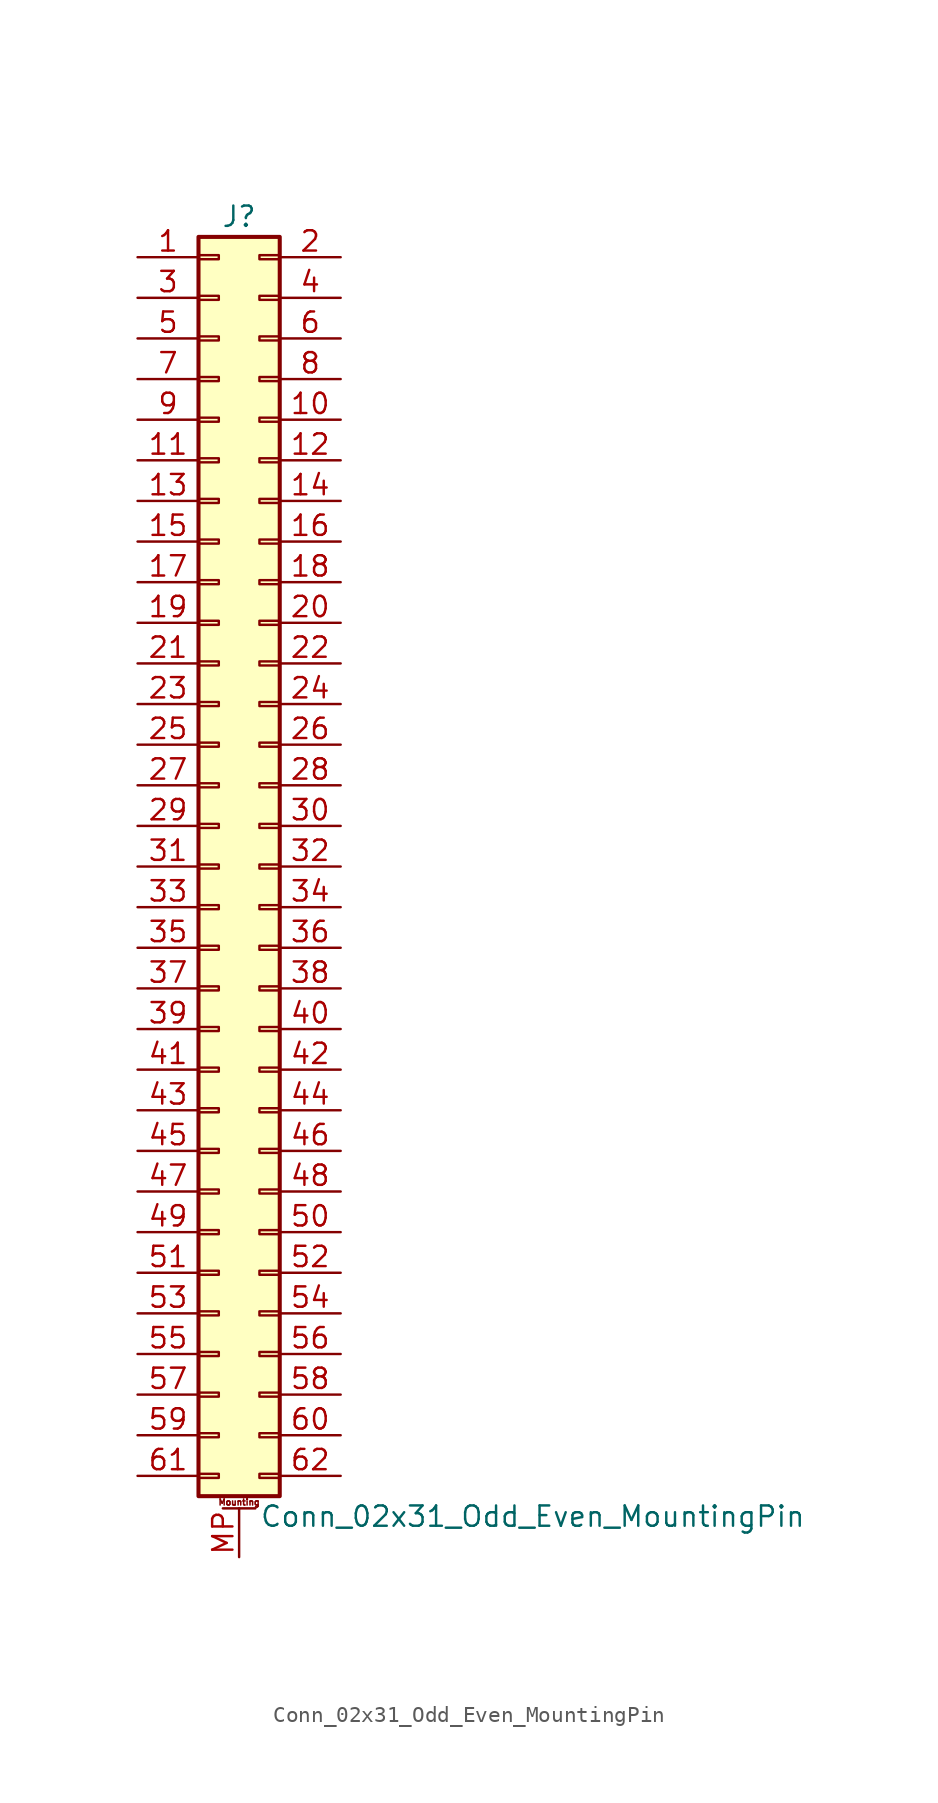
<source format=kicad_sym>
(kicad_symbol_lib
  (version 20201005)
  (generator kicad_symbol_editor)
  (symbol "Conn_02x31_Odd_Even_MountingPin"
    (pin_names
      (offset 1.016) hide)
    (property "Reference" "J"
      (at 1.27 40.64 0)
      (effects (font (size 1.27 1.27))))
    (property "Value" "Conn_02x31_Odd_Even_MountingPin"
      (at 2.54 -40.64 0)
      (effects (font (size 1.27 1.27)) (justify left)))
    (symbol "Conn_02x31_Odd_Even_MountingPin_1_1"
      (text "Mounting" (at 1.27 -39.751 0) (effects (font (size 0.381 0.381))))
      (rectangle (start -1.27 -37.973) (end 0 -38.227) (stroke (width 0.152)) (fill (type none)))
      (rectangle (start -1.27 -35.433) (end 0 -35.687) (stroke (width 0.152)) (fill (type none)))
      (rectangle (start -1.27 -32.893) (end 0 -33.147) (stroke (width 0.152)) (fill (type none)))
      (rectangle (start -1.27 -30.353) (end 0 -30.607) (stroke (width 0.152)) (fill (type none)))
      (rectangle (start -1.27 -27.813) (end 0 -28.067) (stroke (width 0.152)) (fill (type none)))
      (rectangle (start -1.27 -25.273) (end 0 -25.527) (stroke (width 0.152)) (fill (type none)))
      (rectangle (start -1.27 -22.733) (end 0 -22.987) (stroke (width 0.152)) (fill (type none)))
      (rectangle (start -1.27 -20.193) (end 0 -20.447) (stroke (width 0.152)) (fill (type none)))
      (rectangle (start -1.27 -17.653) (end 0 -17.907) (stroke (width 0.152)) (fill (type none)))
      (rectangle (start -1.27 -15.113) (end 0 -15.367) (stroke (width 0.152)) (fill (type none)))
      (rectangle (start -1.27 -12.573) (end 0 -12.827) (stroke (width 0.152)) (fill (type none)))
      (rectangle (start -1.27 -10.033) (end 0 -10.287) (stroke (width 0.152)) (fill (type none)))
      (rectangle (start -1.27 -7.493) (end 0 -7.747) (stroke (width 0.152)) (fill (type none)))
      (rectangle (start -1.27 -4.953) (end 0 -5.207) (stroke (width 0.152)) (fill (type none)))
      (rectangle (start -1.27 -2.413) (end 0 -2.667) (stroke (width 0.152)) (fill (type none)))
      (rectangle (start -1.27 0.127) (end 0 -0.127) (stroke (width 0.152)) (fill (type none)))
      (rectangle (start -1.27 2.667) (end 0 2.413) (stroke (width 0.152)) (fill (type none)))
      (rectangle (start -1.27 5.207) (end 0 4.953) (stroke (width 0.152)) (fill (type none)))
      (rectangle (start -1.27 7.747) (end 0 7.493) (stroke (width 0.152)) (fill (type none)))
      (rectangle (start -1.27 10.287) (end 0 10.033) (stroke (width 0.152)) (fill (type none)))
      (rectangle (start -1.27 12.827) (end 0 12.573) (stroke (width 0.152)) (fill (type none)))
      (rectangle (start -1.27 15.367) (end 0 15.113) (stroke (width 0.152)) (fill (type none)))
      (rectangle (start -1.27 17.907) (end 0 17.653) (stroke (width 0.152)) (fill (type none)))
      (rectangle (start -1.27 20.447) (end 0 20.193) (stroke (width 0.152)) (fill (type none)))
      (rectangle (start -1.27 22.987) (end 0 22.733) (stroke (width 0.152)) (fill (type none)))
      (rectangle (start -1.27 25.527) (end 0 25.273) (stroke (width 0.152)) (fill (type none)))
      (rectangle (start -1.27 28.067) (end 0 27.813) (stroke (width 0.152)) (fill (type none)))
      (rectangle (start -1.27 30.607) (end 0 30.353) (stroke (width 0.152)) (fill (type none)))
      (rectangle (start -1.27 33.147) (end 0 32.893) (stroke (width 0.152)) (fill (type none)))
      (rectangle (start -1.27 35.687) (end 0 35.433) (stroke (width 0.152)) (fill (type none)))
      (rectangle (start -1.27 38.227) (end 0 37.973) (stroke (width 0.152)) (fill (type none)))
      (rectangle (start -1.27 39.37) (end 3.81 -39.37) (stroke (width 0.254)) (fill (type background)))
      (rectangle (start 3.81 -37.973) (end 2.54 -38.227) (stroke (width 0.152)) (fill (type none)))
      (rectangle (start 3.81 -35.433) (end 2.54 -35.687) (stroke (width 0.152)) (fill (type none)))
      (rectangle (start 3.81 -32.893) (end 2.54 -33.147) (stroke (width 0.152)) (fill (type none)))
      (rectangle (start 3.81 -30.353) (end 2.54 -30.607) (stroke (width 0.152)) (fill (type none)))
      (rectangle (start 3.81 -27.813) (end 2.54 -28.067) (stroke (width 0.152)) (fill (type none)))
      (rectangle (start 3.81 -25.273) (end 2.54 -25.527) (stroke (width 0.152)) (fill (type none)))
      (rectangle (start 3.81 -22.733) (end 2.54 -22.987) (stroke (width 0.152)) (fill (type none)))
      (rectangle (start 3.81 -20.193) (end 2.54 -20.447) (stroke (width 0.152)) (fill (type none)))
      (rectangle (start 3.81 -17.653) (end 2.54 -17.907) (stroke (width 0.152)) (fill (type none)))
      (rectangle (start 3.81 -15.113) (end 2.54 -15.367) (stroke (width 0.152)) (fill (type none)))
      (rectangle (start 3.81 -12.573) (end 2.54 -12.827) (stroke (width 0.152)) (fill (type none)))
      (rectangle (start 3.81 -10.033) (end 2.54 -10.287) (stroke (width 0.152)) (fill (type none)))
      (rectangle (start 3.81 -7.493) (end 2.54 -7.747) (stroke (width 0.152)) (fill (type none)))
      (rectangle (start 3.81 -4.953) (end 2.54 -5.207) (stroke (width 0.152)) (fill (type none)))
      (rectangle (start 3.81 -2.413) (end 2.54 -2.667) (stroke (width 0.152)) (fill (type none)))
      (rectangle (start 3.81 0.127) (end 2.54 -0.127) (stroke (width 0.152)) (fill (type none)))
      (rectangle (start 3.81 2.667) (end 2.54 2.413) (stroke (width 0.152)) (fill (type none)))
      (rectangle (start 3.81 5.207) (end 2.54 4.953) (stroke (width 0.152)) (fill (type none)))
      (rectangle (start 3.81 7.747) (end 2.54 7.493) (stroke (width 0.152)) (fill (type none)))
      (rectangle (start 3.81 10.287) (end 2.54 10.033) (stroke (width 0.152)) (fill (type none)))
      (rectangle (start 3.81 12.827) (end 2.54 12.573) (stroke (width 0.152)) (fill (type none)))
      (rectangle (start 3.81 15.367) (end 2.54 15.113) (stroke (width 0.152)) (fill (type none)))
      (rectangle (start 3.81 17.907) (end 2.54 17.653) (stroke (width 0.152)) (fill (type none)))
      (rectangle (start 3.81 20.447) (end 2.54 20.193) (stroke (width 0.152)) (fill (type none)))
      (rectangle (start 3.81 22.987) (end 2.54 22.733) (stroke (width 0.152)) (fill (type none)))
      (rectangle (start 3.81 25.527) (end 2.54 25.273) (stroke (width 0.152)) (fill (type none)))
      (rectangle (start 3.81 28.067) (end 2.54 27.813) (stroke (width 0.152)) (fill (type none)))
      (rectangle (start 3.81 30.607) (end 2.54 30.353) (stroke (width 0.152)) (fill (type none)))
      (rectangle (start 3.81 33.147) (end 2.54 32.893) (stroke (width 0.152)) (fill (type none)))
      (rectangle (start 3.81 35.687) (end 2.54 35.433) (stroke (width 0.152)) (fill (type none)))
      (rectangle (start 3.81 38.227) (end 2.54 37.973) (stroke (width 0.152)) (fill (type none)))
      (polyline (pts (xy 0.254 -40.132) (xy 2.286 -40.132)) (stroke (width 0.152)) (fill (type none)))
      (pin passive line (at -5.08 38.1 0) (length 3.81) (name "Pin_1" (effects (font (size 1.27 1.27)))) (number "1" (effects (font (size 1.27 1.27)))))
      (pin passive line (at 7.62 27.94 180) (length 3.81) (name "Pin_10" (effects (font (size 1.27 1.27)))) (number "10" (effects (font (size 1.27 1.27)))))
      (pin passive line (at -5.08 25.4 0) (length 3.81) (name "Pin_11" (effects (font (size 1.27 1.27)))) (number "11" (effects (font (size 1.27 1.27)))))
      (pin passive line (at 7.62 25.4 180) (length 3.81) (name "Pin_12" (effects (font (size 1.27 1.27)))) (number "12" (effects (font (size 1.27 1.27)))))
      (pin passive line (at -5.08 22.86 0) (length 3.81) (name "Pin_13" (effects (font (size 1.27 1.27)))) (number "13" (effects (font (size 1.27 1.27)))))
      (pin passive line (at 7.62 22.86 180) (length 3.81) (name "Pin_14" (effects (font (size 1.27 1.27)))) (number "14" (effects (font (size 1.27 1.27)))))
      (pin passive line (at -5.08 20.32 0) (length 3.81) (name "Pin_15" (effects (font (size 1.27 1.27)))) (number "15" (effects (font (size 1.27 1.27)))))
      (pin passive line (at 7.62 20.32 180) (length 3.81) (name "Pin_16" (effects (font (size 1.27 1.27)))) (number "16" (effects (font (size 1.27 1.27)))))
      (pin passive line (at -5.08 17.78 0) (length 3.81) (name "Pin_17" (effects (font (size 1.27 1.27)))) (number "17" (effects (font (size 1.27 1.27)))))
      (pin passive line (at 7.62 17.78 180) (length 3.81) (name "Pin_18" (effects (font (size 1.27 1.27)))) (number "18" (effects (font (size 1.27 1.27)))))
      (pin passive line (at -5.08 15.24 0) (length 3.81) (name "Pin_19" (effects (font (size 1.27 1.27)))) (number "19" (effects (font (size 1.27 1.27)))))
      (pin passive line (at 7.62 38.1 180) (length 3.81) (name "Pin_2" (effects (font (size 1.27 1.27)))) (number "2" (effects (font (size 1.27 1.27)))))
      (pin passive line (at 7.62 15.24 180) (length 3.81) (name "Pin_20" (effects (font (size 1.27 1.27)))) (number "20" (effects (font (size 1.27 1.27)))))
      (pin passive line (at -5.08 12.7 0) (length 3.81) (name "Pin_21" (effects (font (size 1.27 1.27)))) (number "21" (effects (font (size 1.27 1.27)))))
      (pin passive line (at 7.62 12.7 180) (length 3.81) (name "Pin_22" (effects (font (size 1.27 1.27)))) (number "22" (effects (font (size 1.27 1.27)))))
      (pin passive line (at -5.08 10.16 0) (length 3.81) (name "Pin_23" (effects (font (size 1.27 1.27)))) (number "23" (effects (font (size 1.27 1.27)))))
      (pin passive line (at 7.62 10.16 180) (length 3.81) (name "Pin_24" (effects (font (size 1.27 1.27)))) (number "24" (effects (font (size 1.27 1.27)))))
      (pin passive line (at -5.08 7.62 0) (length 3.81) (name "Pin_25" (effects (font (size 1.27 1.27)))) (number "25" (effects (font (size 1.27 1.27)))))
      (pin passive line (at 7.62 7.62 180) (length 3.81) (name "Pin_26" (effects (font (size 1.27 1.27)))) (number "26" (effects (font (size 1.27 1.27)))))
      (pin passive line (at -5.08 5.08 0) (length 3.81) (name "Pin_27" (effects (font (size 1.27 1.27)))) (number "27" (effects (font (size 1.27 1.27)))))
      (pin passive line (at 7.62 5.08 180) (length 3.81) (name "Pin_28" (effects (font (size 1.27 1.27)))) (number "28" (effects (font (size 1.27 1.27)))))
      (pin passive line (at -5.08 2.54 0) (length 3.81) (name "Pin_29" (effects (font (size 1.27 1.27)))) (number "29" (effects (font (size 1.27 1.27)))))
      (pin passive line (at -5.08 35.56 0) (length 3.81) (name "Pin_3" (effects (font (size 1.27 1.27)))) (number "3" (effects (font (size 1.27 1.27)))))
      (pin passive line (at 7.62 2.54 180) (length 3.81) (name "Pin_30" (effects (font (size 1.27 1.27)))) (number "30" (effects (font (size 1.27 1.27)))))
      (pin passive line (at -5.08 0 0) (length 3.81) (name "Pin_31" (effects (font (size 1.27 1.27)))) (number "31" (effects (font (size 1.27 1.27)))))
      (pin passive line (at 7.62 0 180) (length 3.81) (name "Pin_32" (effects (font (size 1.27 1.27)))) (number "32" (effects (font (size 1.27 1.27)))))
      (pin passive line (at -5.08 -2.54 0) (length 3.81) (name "Pin_33" (effects (font (size 1.27 1.27)))) (number "33" (effects (font (size 1.27 1.27)))))
      (pin passive line (at 7.62 -2.54 180) (length 3.81) (name "Pin_34" (effects (font (size 1.27 1.27)))) (number "34" (effects (font (size 1.27 1.27)))))
      (pin passive line (at -5.08 -5.08 0) (length 3.81) (name "Pin_35" (effects (font (size 1.27 1.27)))) (number "35" (effects (font (size 1.27 1.27)))))
      (pin passive line (at 7.62 -5.08 180) (length 3.81) (name "Pin_36" (effects (font (size 1.27 1.27)))) (number "36" (effects (font (size 1.27 1.27)))))
      (pin passive line (at -5.08 -7.62 0) (length 3.81) (name "Pin_37" (effects (font (size 1.27 1.27)))) (number "37" (effects (font (size 1.27 1.27)))))
      (pin passive line (at 7.62 -7.62 180) (length 3.81) (name "Pin_38" (effects (font (size 1.27 1.27)))) (number "38" (effects (font (size 1.27 1.27)))))
      (pin passive line (at -5.08 -10.16 0) (length 3.81) (name "Pin_39" (effects (font (size 1.27 1.27)))) (number "39" (effects (font (size 1.27 1.27)))))
      (pin passive line (at 7.62 35.56 180) (length 3.81) (name "Pin_4" (effects (font (size 1.27 1.27)))) (number "4" (effects (font (size 1.27 1.27)))))
      (pin passive line (at 7.62 -10.16 180) (length 3.81) (name "Pin_40" (effects (font (size 1.27 1.27)))) (number "40" (effects (font (size 1.27 1.27)))))
      (pin passive line (at -5.08 -12.7 0) (length 3.81) (name "Pin_41" (effects (font (size 1.27 1.27)))) (number "41" (effects (font (size 1.27 1.27)))))
      (pin passive line (at 7.62 -12.7 180) (length 3.81) (name "Pin_42" (effects (font (size 1.27 1.27)))) (number "42" (effects (font (size 1.27 1.27)))))
      (pin passive line (at -5.08 -15.24 0) (length 3.81) (name "Pin_43" (effects (font (size 1.27 1.27)))) (number "43" (effects (font (size 1.27 1.27)))))
      (pin passive line (at 7.62 -15.24 180) (length 3.81) (name "Pin_44" (effects (font (size 1.27 1.27)))) (number "44" (effects (font (size 1.27 1.27)))))
      (pin passive line (at -5.08 -17.78 0) (length 3.81) (name "Pin_45" (effects (font (size 1.27 1.27)))) (number "45" (effects (font (size 1.27 1.27)))))
      (pin passive line (at 7.62 -17.78 180) (length 3.81) (name "Pin_46" (effects (font (size 1.27 1.27)))) (number "46" (effects (font (size 1.27 1.27)))))
      (pin passive line (at -5.08 -20.32 0) (length 3.81) (name "Pin_47" (effects (font (size 1.27 1.27)))) (number "47" (effects (font (size 1.27 1.27)))))
      (pin passive line (at 7.62 -20.32 180) (length 3.81) (name "Pin_48" (effects (font (size 1.27 1.27)))) (number "48" (effects (font (size 1.27 1.27)))))
      (pin passive line (at -5.08 -22.86 0) (length 3.81) (name "Pin_49" (effects (font (size 1.27 1.27)))) (number "49" (effects (font (size 1.27 1.27)))))
      (pin passive line (at -5.08 33.02 0) (length 3.81) (name "Pin_5" (effects (font (size 1.27 1.27)))) (number "5" (effects (font (size 1.27 1.27)))))
      (pin passive line (at 7.62 -22.86 180) (length 3.81) (name "Pin_50" (effects (font (size 1.27 1.27)))) (number "50" (effects (font (size 1.27 1.27)))))
      (pin passive line (at -5.08 -25.4 0) (length 3.81) (name "Pin_51" (effects (font (size 1.27 1.27)))) (number "51" (effects (font (size 1.27 1.27)))))
      (pin passive line (at 7.62 -25.4 180) (length 3.81) (name "Pin_52" (effects (font (size 1.27 1.27)))) (number "52" (effects (font (size 1.27 1.27)))))
      (pin passive line (at -5.08 -27.94 0) (length 3.81) (name "Pin_53" (effects (font (size 1.27 1.27)))) (number "53" (effects (font (size 1.27 1.27)))))
      (pin passive line (at 7.62 -27.94 180) (length 3.81) (name "Pin_54" (effects (font (size 1.27 1.27)))) (number "54" (effects (font (size 1.27 1.27)))))
      (pin passive line (at -5.08 -30.48 0) (length 3.81) (name "Pin_55" (effects (font (size 1.27 1.27)))) (number "55" (effects (font (size 1.27 1.27)))))
      (pin passive line (at 7.62 -30.48 180) (length 3.81) (name "Pin_56" (effects (font (size 1.27 1.27)))) (number "56" (effects (font (size 1.27 1.27)))))
      (pin passive line (at -5.08 -33.02 0) (length 3.81) (name "Pin_57" (effects (font (size 1.27 1.27)))) (number "57" (effects (font (size 1.27 1.27)))))
      (pin passive line (at 7.62 -33.02 180) (length 3.81) (name "Pin_58" (effects (font (size 1.27 1.27)))) (number "58" (effects (font (size 1.27 1.27)))))
      (pin passive line (at -5.08 -35.56 0) (length 3.81) (name "Pin_59" (effects (font (size 1.27 1.27)))) (number "59" (effects (font (size 1.27 1.27)))))
      (pin passive line (at 7.62 33.02 180) (length 3.81) (name "Pin_6" (effects (font (size 1.27 1.27)))) (number "6" (effects (font (size 1.27 1.27)))))
      (pin passive line (at 7.62 -35.56 180) (length 3.81) (name "Pin_60" (effects (font (size 1.27 1.27)))) (number "60" (effects (font (size 1.27 1.27)))))
      (pin passive line (at -5.08 -38.1 0) (length 3.81) (name "Pin_61" (effects (font (size 1.27 1.27)))) (number "61" (effects (font (size 1.27 1.27)))))
      (pin passive line (at 7.62 -38.1 180) (length 3.81) (name "Pin_62" (effects (font (size 1.27 1.27)))) (number "62" (effects (font (size 1.27 1.27)))))
      (pin passive line (at -5.08 30.48 0) (length 3.81) (name "Pin_7" (effects (font (size 1.27 1.27)))) (number "7" (effects (font (size 1.27 1.27)))))
      (pin passive line (at 7.62 30.48 180) (length 3.81) (name "Pin_8" (effects (font (size 1.27 1.27)))) (number "8" (effects (font (size 1.27 1.27)))))
      (pin passive line (at -5.08 27.94 0) (length 3.81) (name "Pin_9" (effects (font (size 1.27 1.27)))) (number "9" (effects (font (size 1.27 1.27)))))
      (pin passive line (at 1.27 -43.18 90) (length 3.048) (name "MountPin" (effects (font (size 1.27 1.27)))) (number "MP" (effects (font (size 1.27 1.27))))))))
</source>
